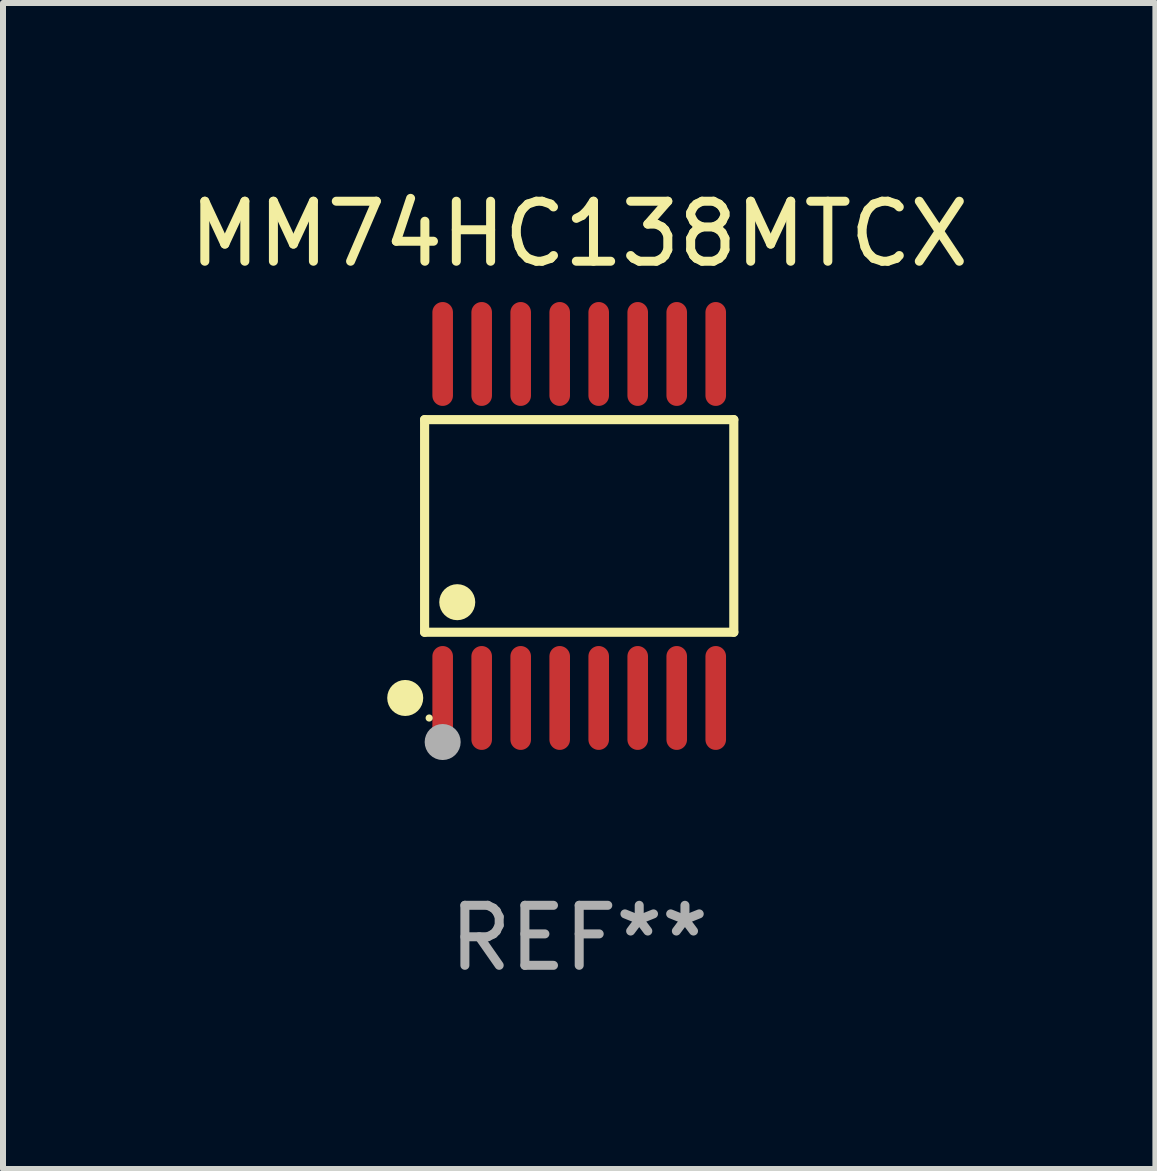
<source format=kicad_pcb>
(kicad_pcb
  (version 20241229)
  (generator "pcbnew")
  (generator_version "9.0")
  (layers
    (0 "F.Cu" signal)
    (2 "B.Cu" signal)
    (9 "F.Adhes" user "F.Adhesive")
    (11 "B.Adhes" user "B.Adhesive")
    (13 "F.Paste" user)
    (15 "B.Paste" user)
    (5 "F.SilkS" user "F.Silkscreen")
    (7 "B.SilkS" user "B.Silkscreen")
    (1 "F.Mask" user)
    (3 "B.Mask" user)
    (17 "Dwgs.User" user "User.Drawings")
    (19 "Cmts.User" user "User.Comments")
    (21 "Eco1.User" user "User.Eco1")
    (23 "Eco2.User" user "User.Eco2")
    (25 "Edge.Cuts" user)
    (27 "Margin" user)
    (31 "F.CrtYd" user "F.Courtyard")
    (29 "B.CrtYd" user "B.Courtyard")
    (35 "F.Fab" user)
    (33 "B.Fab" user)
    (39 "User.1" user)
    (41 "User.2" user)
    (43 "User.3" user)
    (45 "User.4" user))
  (footprint "MM74HC138MTCX"
    (layer "F.Cu")
    (at 6.601 5.714)
    (property "Reference" "MM74HC138MTCX" (at 0 -4.866 0) (layer "F.SilkS") (effects (font (size 1 1) (thickness 0.15))))
    (attr through_hole)
    (fp_line (start -2.576 -1.772) (end 2.576 -1.772) (stroke (width 0.152) (type solid)) (layer "F.SilkS"))
    (fp_line (start -2.576 1.771) (end -2.576 -1.772) (stroke (width 0.152) (type solid)) (layer "F.SilkS"))
    (fp_line (start 2.576 -1.772) (end 2.576 1.771) (stroke (width 0.152) (type solid)) (layer "F.SilkS"))
    (fp_line (start 2.576 1.771) (end -2.576 1.771) (stroke (width 0.152) (type solid)) (layer "F.SilkS"))
    (fp_circle (center -2.899 2.866) (end -2.749 2.866) (stroke (width 0.3) (type solid)) (fill no) (layer "F.SilkS"))
    (fp_circle (center -2.5 3.2) (end -2.47 3.2) (stroke (width 0.06) (type solid)) (fill no) (layer "F.SilkS"))
    (fp_circle (center -2.032 1.27) (end -1.882 1.27) (stroke (width 0.3) (type solid)) (fill no) (layer "F.SilkS"))
    (fp_circle (center -2.275 3.6) (end -2.125 3.6) (stroke (width 0.3) (type solid)) (fill no) (layer "F.Fab"))
    (fp_text user "REF**" (at 0 6.866 0) (layer "F.Fab") (effects (font (size 1 1) (thickness 0.15))))
    (pad "1" smd oval (at -2.275 2.866) (size 0.343 1.731) (layers "F.Cu" "F.Mask" "F.Paste"))
    (pad "2" smd oval (at -1.625 2.866) (size 0.343 1.731) (layers "F.Cu" "F.Mask" "F.Paste"))
    (pad "3" smd oval (at -0.975 2.866) (size 0.343 1.731) (layers "F.Cu" "F.Mask" "F.Paste"))
    (pad "4" smd oval (at -0.325 2.866) (size 0.343 1.731) (layers "F.Cu" "F.Mask" "F.Paste"))
    (pad "5" smd oval (at 0.325 2.866) (size 0.343 1.731) (layers "F.Cu" "F.Mask" "F.Paste"))
    (pad "6" smd oval (at 0.975 2.866) (size 0.343 1.731) (layers "F.Cu" "F.Mask" "F.Paste"))
    (pad "7" smd oval (at 1.625 2.866) (size 0.343 1.731) (layers "F.Cu" "F.Mask" "F.Paste"))
    (pad "8" smd oval (at 2.275 2.866) (size 0.343 1.731) (layers "F.Cu" "F.Mask" "F.Paste"))
    (pad "9" smd oval (at 2.275 -2.866) (size 0.343 1.731) (layers "F.Cu" "F.Mask" "F.Paste"))
    (pad "10" smd oval (at 1.625 -2.866) (size 0.343 1.731) (layers "F.Cu" "F.Mask" "F.Paste"))
    (pad "11" smd oval (at 0.975 -2.866) (size 0.343 1.731) (layers "F.Cu" "F.Mask" "F.Paste"))
    (pad "12" smd oval (at 0.325 -2.866) (size 0.343 1.731) (layers "F.Cu" "F.Mask" "F.Paste"))
    (pad "13" smd oval (at -0.325 -2.866) (size 0.343 1.731) (layers "F.Cu" "F.Mask" "F.Paste"))
    (pad "14" smd oval (at -0.975 -2.866) (size 0.343 1.731) (layers "F.Cu" "F.Mask" "F.Paste"))
    (pad "15" smd oval (at -1.625 -2.866) (size 0.343 1.731) (layers "F.Cu" "F.Mask" "F.Paste"))
    (pad "16" smd oval (at -2.275 -2.866) (size 0.343 1.731) (layers "F.Cu" "F.Mask" "F.Paste")))
  (gr_rect
    (start -3 -3)
    (end 16.202 16.428)
    (stroke (width 0.1) (type default))
    (fill no)
    (layer "Edge.Cuts")))
</source>
